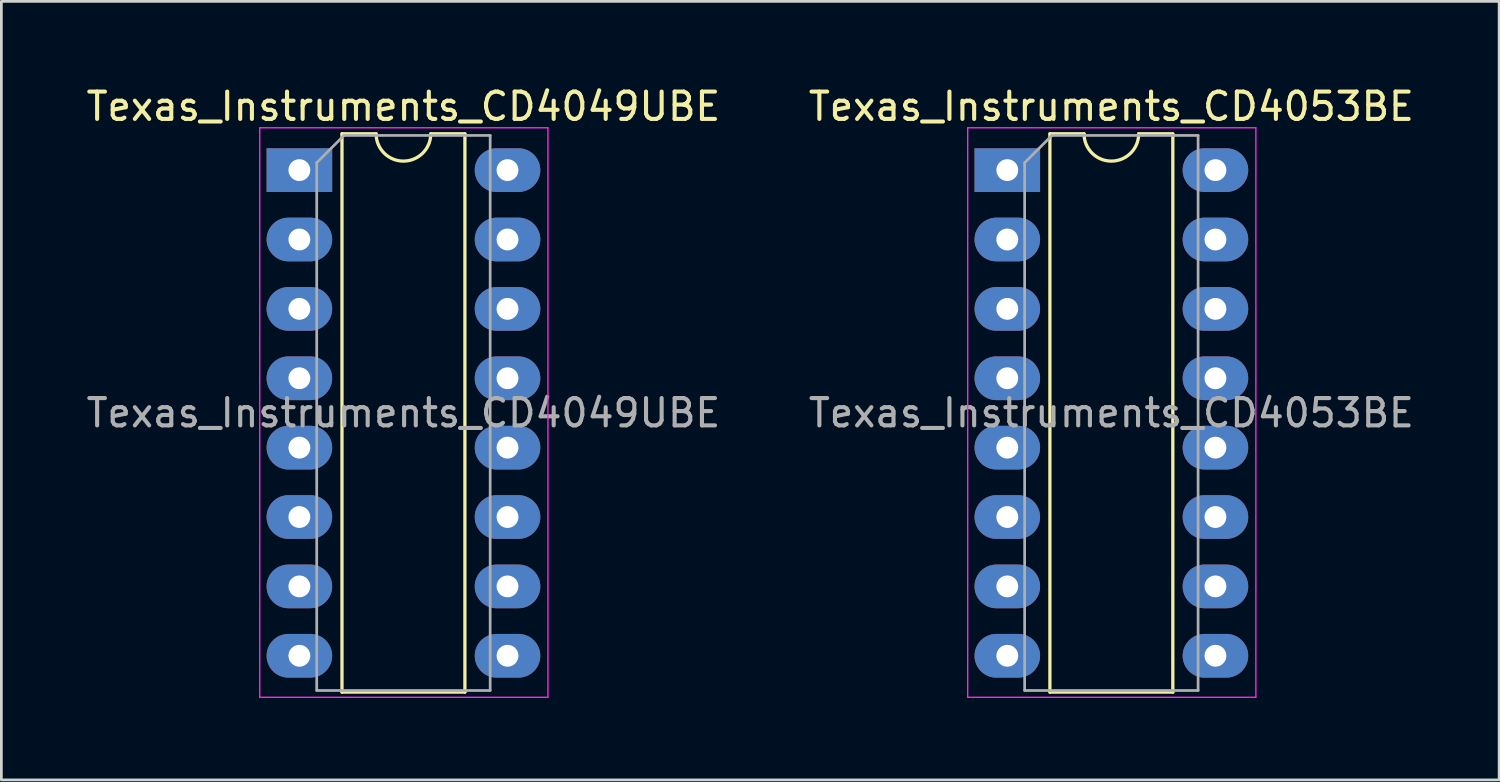
<source format=kicad_pcb>
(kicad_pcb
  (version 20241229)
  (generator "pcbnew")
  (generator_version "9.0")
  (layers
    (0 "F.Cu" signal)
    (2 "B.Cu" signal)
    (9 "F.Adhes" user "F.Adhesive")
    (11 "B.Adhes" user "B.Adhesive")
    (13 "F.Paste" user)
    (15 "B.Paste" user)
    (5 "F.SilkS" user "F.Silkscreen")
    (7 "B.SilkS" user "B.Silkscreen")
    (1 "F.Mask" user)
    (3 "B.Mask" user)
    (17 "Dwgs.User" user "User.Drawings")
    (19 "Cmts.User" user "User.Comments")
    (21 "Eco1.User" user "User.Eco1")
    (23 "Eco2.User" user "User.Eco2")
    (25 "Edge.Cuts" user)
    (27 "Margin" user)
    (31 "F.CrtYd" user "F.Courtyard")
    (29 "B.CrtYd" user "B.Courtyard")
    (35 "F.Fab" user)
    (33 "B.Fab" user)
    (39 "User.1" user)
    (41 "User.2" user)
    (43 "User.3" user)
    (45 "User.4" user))
  (footprint "Texas_Instruments_CD4049UBE"
    (layer "F.Cu")
    (at 11.72 12.068)
    (property "Reference" "Texas_Instruments_CD4049UBE" (at 0 -11.22 0) (layer "F.SilkS") (effects (font (size 1 1) (thickness 0.15))))
    (attr through_hole)
    (fp_line (start -2.25 -10.22) (end -2.25 10.22) (stroke (width 0.12) (type solid)) (layer "F.SilkS"))
    (fp_line (start -2.25 10.22) (end 2.25 10.22) (stroke (width 0.12) (type solid)) (layer "F.SilkS"))
    (fp_line (start -1 -10.22) (end -2.25 -10.22) (stroke (width 0.12) (type solid)) (layer "F.SilkS"))
    (fp_line (start 2.25 -10.22) (end 1 -10.22) (stroke (width 0.12) (type solid)) (layer "F.SilkS"))
    (fp_line (start 2.25 10.22) (end 2.25 -10.22) (stroke (width 0.12) (type solid)) (layer "F.SilkS"))
    (fp_arc (start 1 -10.22) (mid 0 -9.22) (end -1 -10.22) (stroke (width 0.12) (type solid)) (layer "F.SilkS"))
    (fp_line (start -5.26 -10.44) (end -5.26 10.41) (stroke (width 0.05) (type solid)) (layer "F.CrtYd"))
    (fp_line (start -5.26 10.41) (end 5.29 10.41) (stroke (width 0.05) (type solid)) (layer "F.CrtYd"))
    (fp_line (start 5.29 -10.44) (end -5.26 -10.44) (stroke (width 0.05) (type solid)) (layer "F.CrtYd"))
    (fp_line (start 5.29 10.41) (end 5.29 -10.44) (stroke (width 0.05) (type solid)) (layer "F.CrtYd"))
    (fp_line (start -3.175 -9.16) (end -2.175 -10.16) (stroke (width 0.1) (type solid)) (layer "F.Fab"))
    (fp_line (start -3.175 10.16) (end -3.175 -9.16) (stroke (width 0.1) (type solid)) (layer "F.Fab"))
    (fp_line (start -2.175 -10.16) (end 3.175 -10.16) (stroke (width 0.1) (type solid)) (layer "F.Fab"))
    (fp_line (start 3.175 -10.16) (end 3.175 10.16) (stroke (width 0.1) (type solid)) (layer "F.Fab"))
    (fp_line (start 3.175 10.16) (end -3.175 10.16) (stroke (width 0.1) (type solid)) (layer "F.Fab"))
    (fp_text user "${REFERENCE}" (at 0 0 0) (layer "F.Fab") (effects (font (size 1 1) (thickness 0.15))))
    (pad "1" thru_hole rect (at -3.81 -8.89) (size 2.4 1.6) (drill 0.8) (layers "*.Cu" "*.Mask"))
    (pad "2" thru_hole oval (at -3.81 -6.35) (size 2.4 1.6) (drill 0.8) (layers "*.Cu" "*.Mask"))
    (pad "3" thru_hole oval (at -3.81 -3.81) (size 2.4 1.6) (drill 0.8) (layers "*.Cu" "*.Mask"))
    (pad "4" thru_hole oval (at -3.81 -1.27) (size 2.4 1.6) (drill 0.8) (layers "*.Cu" "*.Mask"))
    (pad "5" thru_hole oval (at -3.81 1.27) (size 2.4 1.6) (drill 0.8) (layers "*.Cu" "*.Mask"))
    (pad "6" thru_hole oval (at -3.81 3.81) (size 2.4 1.6) (drill 0.8) (layers "*.Cu" "*.Mask"))
    (pad "7" thru_hole oval (at -3.81 6.35) (size 2.4 1.6) (drill 0.8) (layers "*.Cu" "*.Mask"))
    (pad "8" thru_hole oval (at -3.81 8.89) (size 2.4 1.6) (drill 0.8) (layers "*.Cu" "*.Mask"))
    (pad "9" thru_hole oval (at 3.81 8.89) (size 2.4 1.6) (drill 0.8) (layers "*.Cu" "*.Mask"))
    (pad "10" thru_hole oval (at 3.81 6.35) (size 2.4 1.6) (drill 0.8) (layers "*.Cu" "*.Mask"))
    (pad "11" thru_hole oval (at 3.81 3.81) (size 2.4 1.6) (drill 0.8) (layers "*.Cu" "*.Mask"))
    (pad "12" thru_hole oval (at 3.81 1.27) (size 2.4 1.6) (drill 0.8) (layers "*.Cu" "*.Mask"))
    (pad "13" thru_hole oval (at 3.81 -1.27) (size 2.4 1.6) (drill 0.8) (layers "*.Cu" "*.Mask"))
    (pad "14" thru_hole oval (at 3.81 -3.81) (size 2.4 1.6) (drill 0.8) (layers "*.Cu" "*.Mask"))
    (pad "15" thru_hole oval (at 3.81 -6.35) (size 2.4 1.6) (drill 0.8) (layers "*.Cu" "*.Mask"))
    (pad "16" thru_hole oval (at 3.81 -8.89) (size 2.4 1.6) (drill 0.8) (layers "*.Cu" "*.Mask")))
  (footprint "Texas_Instruments_CD4053BE"
    (layer "F.Cu")
    (at 37.637 12.068)
    (property "Reference" "Texas_Instruments_CD4053BE" (at 0 -11.22 0) (layer "F.SilkS") (effects (font (size 1 1) (thickness 0.15))))
    (attr through_hole)
    (fp_line (start -2.25 -10.22) (end -2.25 10.22) (stroke (width 0.12) (type solid)) (layer "F.SilkS"))
    (fp_line (start -2.25 10.22) (end 2.25 10.22) (stroke (width 0.12) (type solid)) (layer "F.SilkS"))
    (fp_line (start -1 -10.22) (end -2.25 -10.22) (stroke (width 0.12) (type solid)) (layer "F.SilkS"))
    (fp_line (start 2.25 -10.22) (end 1 -10.22) (stroke (width 0.12) (type solid)) (layer "F.SilkS"))
    (fp_line (start 2.25 10.22) (end 2.25 -10.22) (stroke (width 0.12) (type solid)) (layer "F.SilkS"))
    (fp_arc (start 1 -10.22) (mid 0 -9.22) (end -1 -10.22) (stroke (width 0.12) (type solid)) (layer "F.SilkS"))
    (fp_line (start -5.26 -10.44) (end -5.26 10.41) (stroke (width 0.05) (type solid)) (layer "F.CrtYd"))
    (fp_line (start -5.26 10.41) (end 5.29 10.41) (stroke (width 0.05) (type solid)) (layer "F.CrtYd"))
    (fp_line (start 5.29 -10.44) (end -5.26 -10.44) (stroke (width 0.05) (type solid)) (layer "F.CrtYd"))
    (fp_line (start 5.29 10.41) (end 5.29 -10.44) (stroke (width 0.05) (type solid)) (layer "F.CrtYd"))
    (fp_line (start -3.175 -9.16) (end -2.175 -10.16) (stroke (width 0.1) (type solid)) (layer "F.Fab"))
    (fp_line (start -3.175 10.16) (end -3.175 -9.16) (stroke (width 0.1) (type solid)) (layer "F.Fab"))
    (fp_line (start -2.175 -10.16) (end 3.175 -10.16) (stroke (width 0.1) (type solid)) (layer "F.Fab"))
    (fp_line (start 3.175 -10.16) (end 3.175 10.16) (stroke (width 0.1) (type solid)) (layer "F.Fab"))
    (fp_line (start 3.175 10.16) (end -3.175 10.16) (stroke (width 0.1) (type solid)) (layer "F.Fab"))
    (fp_text user "${REFERENCE}" (at 0 0 0) (layer "F.Fab") (effects (font (size 1 1) (thickness 0.15))))
    (pad "1" thru_hole rect (at -3.81 -8.89) (size 2.4 1.6) (drill 0.8) (layers "*.Cu" "*.Mask"))
    (pad "2" thru_hole oval (at -3.81 -6.35) (size 2.4 1.6) (drill 0.8) (layers "*.Cu" "*.Mask"))
    (pad "3" thru_hole oval (at -3.81 -3.81) (size 2.4 1.6) (drill 0.8) (layers "*.Cu" "*.Mask"))
    (pad "4" thru_hole oval (at -3.81 -1.27) (size 2.4 1.6) (drill 0.8) (layers "*.Cu" "*.Mask"))
    (pad "5" thru_hole oval (at -3.81 1.27) (size 2.4 1.6) (drill 0.8) (layers "*.Cu" "*.Mask"))
    (pad "6" thru_hole oval (at -3.81 3.81) (size 2.4 1.6) (drill 0.8) (layers "*.Cu" "*.Mask"))
    (pad "7" thru_hole oval (at -3.81 6.35) (size 2.4 1.6) (drill 0.8) (layers "*.Cu" "*.Mask"))
    (pad "8" thru_hole oval (at -3.81 8.89) (size 2.4 1.6) (drill 0.8) (layers "*.Cu" "*.Mask"))
    (pad "9" thru_hole oval (at 3.81 8.89) (size 2.4 1.6) (drill 0.8) (layers "*.Cu" "*.Mask"))
    (pad "10" thru_hole oval (at 3.81 6.35) (size 2.4 1.6) (drill 0.8) (layers "*.Cu" "*.Mask"))
    (pad "11" thru_hole oval (at 3.81 3.81) (size 2.4 1.6) (drill 0.8) (layers "*.Cu" "*.Mask"))
    (pad "12" thru_hole oval (at 3.81 1.27) (size 2.4 1.6) (drill 0.8) (layers "*.Cu" "*.Mask"))
    (pad "13" thru_hole oval (at 3.81 -1.27) (size 2.4 1.6) (drill 0.8) (layers "*.Cu" "*.Mask"))
    (pad "14" thru_hole oval (at 3.81 -3.81) (size 2.4 1.6) (drill 0.8) (layers "*.Cu" "*.Mask"))
    (pad "15" thru_hole oval (at 3.81 -6.35) (size 2.4 1.6) (drill 0.8) (layers "*.Cu" "*.Mask"))
    (pad "16" thru_hole oval (at 3.81 -8.89) (size 2.4 1.6) (drill 0.8) (layers "*.Cu" "*.Mask")))
  (gr_rect
    (start -3 -3)
    (end 51.833 25.503)
    (stroke (width 0.1) (type default))
    (fill no)
    (layer "Edge.Cuts")))
</source>
